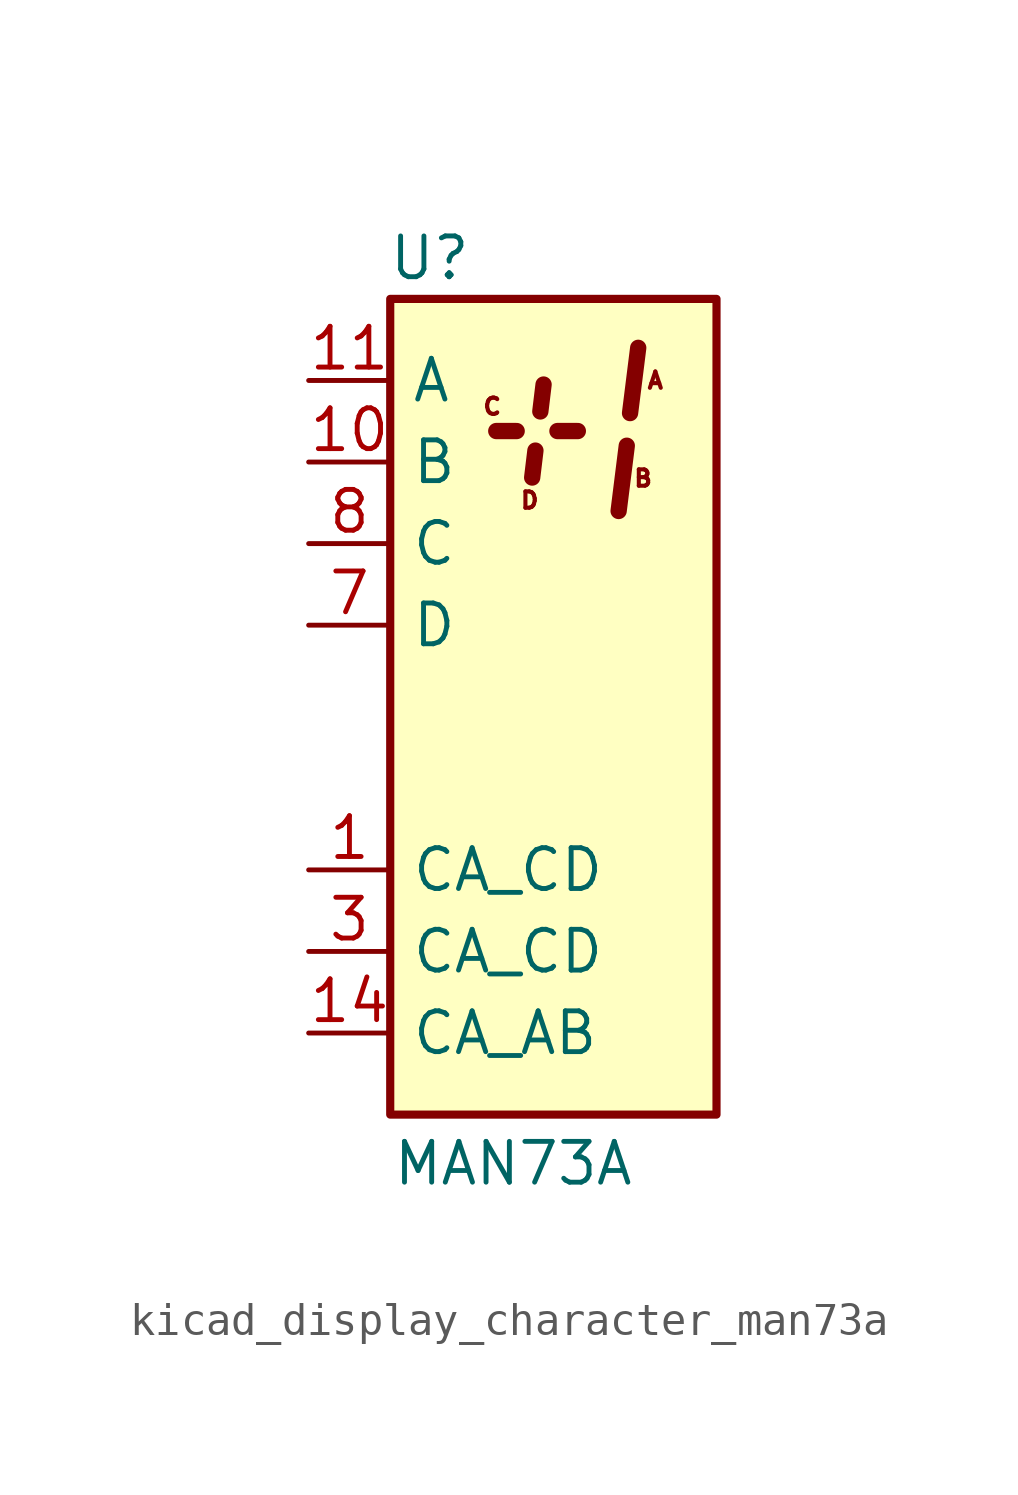
<source format=kicad_sym>
(kicad_symbol_lib
  (version 20220914)
  (generator kicad_symbol_editor)
  (symbol "kicad_display_character_man73a"
    (pin_names
      (offset 0.635))
    (property "Reference" "U"
      (at -2.54 13.97 0)
      (effects (font (size 1.27 1.27)) (justify right)))
    (property "Value" "MAN73A"
      (at 2.54 -14.224 0)
      (effects (font (size 1.27 1.27)) (justify right)))
    (symbol "kicad_display_character_man73a_0_0"
      (text "A" (at 3.175 10.16 0) (effects (font (size 0.508 0.508))))
      (text "B" (at 2.794 7.112 0) (effects (font (size 0.508 0.508))))
      (text "C" (at -1.905 9.347 0) (effects (font (size 0.508 0.508))))
      (text "D" (at -0.737 6.426 0) (effects (font (size 0.508 0.508)))))
    (symbol "kicad_display_character_man73a_0_1"
      (rectangle (start -5.08 12.7) (end 5.08 -12.7) (stroke (width 0.254) (type default)) (fill (type background)))
      (polyline (pts (xy -1.778 8.585) (xy -1.143 8.585)) (stroke (width 0.508) (type default)) (fill (type none)))
      (polyline (pts (xy 2.286 8.128) (xy 2.032 6.096)) (stroke (width 0.508) (type default)) (fill (type none)))
      (polyline (pts (xy 2.642 11.176) (xy 2.388 9.144)) (stroke (width 0.508) (type default)) (fill (type none))))
    (symbol "kicad_display_character_man73a_1_1"
      (polyline (pts (xy -0.66 7.137) (xy -0.559 7.976)) (stroke (width 0.508) (type default)) (fill (type none)))
      (polyline (pts (xy -0.305 10.033) (xy -0.406 9.195)) (stroke (width 0.508) (type default)) (fill (type none)))
      (polyline (pts (xy 0.127 8.585) (xy 0.762 8.585)) (stroke (width 0.508) (type default)) (fill (type none)))
      (pin input line (at -7.62 -5.08 0) (length 2.54) (name "CA_CD" (effects (font (size 1.27 1.27)))) (number "1" (effects (font (size 1.27 1.27)))))
      (pin input line (at -7.62 7.62 0) (length 2.54) (name "B" (effects (font (size 1.27 1.27)))) (number "10" (effects (font (size 1.27 1.27)))))
      (pin input line (at -7.62 10.16 0) (length 2.54) (name "A" (effects (font (size 1.27 1.27)))) (number "11" (effects (font (size 1.27 1.27)))))
      (pin no_connect line (at 5.08 -7.62 180) (length 2.54) hide (name "NC" (effects (font (size 1.27 1.27)))) (number "12" (effects (font (size 1.27 1.27)))))
      (pin no_connect line (at 5.08 -10.16 180) (length 2.54) hide (name "NC" (effects (font (size 1.27 1.27)))) (number "13" (effects (font (size 1.27 1.27)))))
      (pin input line (at -7.62 -10.16 0) (length 2.54) (name "CA_AB" (effects (font (size 1.27 1.27)))) (number "14" (effects (font (size 1.27 1.27)))))
      (pin no_connect line (at 5.08 5.08 180) (length 2.54) hide (name "NC" (effects (font (size 1.27 1.27)))) (number "2" (effects (font (size 1.27 1.27)))))
      (pin input line (at -7.62 -7.62 0) (length 2.54) (name "CA_CD" (effects (font (size 1.27 1.27)))) (number "3" (effects (font (size 1.27 1.27)))))
      (pin no_connect line (at 5.08 2.54 180) (length 2.54) hide (name "NC" (effects (font (size 1.27 1.27)))) (number "4" (effects (font (size 1.27 1.27)))))
      (pin no_connect line (at 5.08 0 180) (length 2.54) hide (name "NC" (effects (font (size 1.27 1.27)))) (number "5" (effects (font (size 1.27 1.27)))))
      (pin no_connect line (at 5.08 -2.54 180) (length 2.54) hide (name "NC" (effects (font (size 1.27 1.27)))) (number "6" (effects (font (size 1.27 1.27)))))
      (pin input line (at -7.62 2.54 0) (length 2.54) (name "D" (effects (font (size 1.27 1.27)))) (number "7" (effects (font (size 1.27 1.27)))))
      (pin input line (at -7.62 5.08 0) (length 2.54) (name "C" (effects (font (size 1.27 1.27)))) (number "8" (effects (font (size 1.27 1.27)))))
      (pin no_connect line (at 5.08 -5.08 180) (length 2.54) hide (name "NC" (effects (font (size 1.27 1.27)))) (number "9" (effects (font (size 1.27 1.27))))))))
</source>
